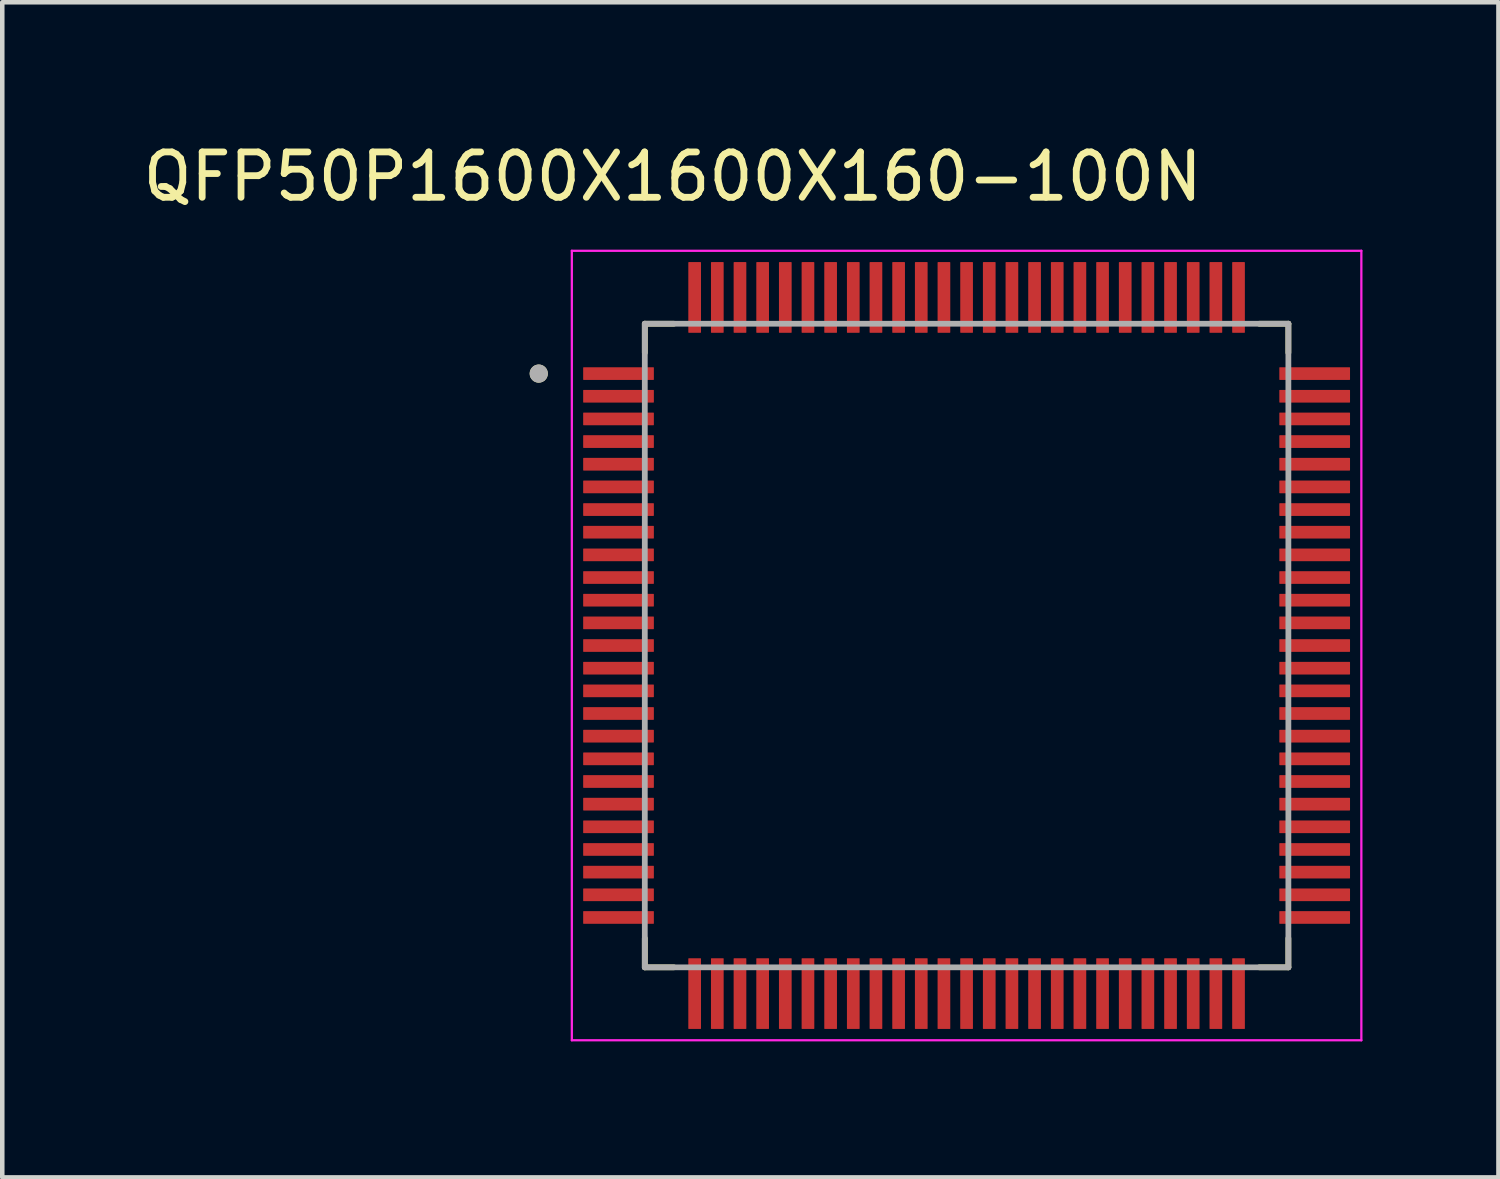
<source format=kicad_pcb>
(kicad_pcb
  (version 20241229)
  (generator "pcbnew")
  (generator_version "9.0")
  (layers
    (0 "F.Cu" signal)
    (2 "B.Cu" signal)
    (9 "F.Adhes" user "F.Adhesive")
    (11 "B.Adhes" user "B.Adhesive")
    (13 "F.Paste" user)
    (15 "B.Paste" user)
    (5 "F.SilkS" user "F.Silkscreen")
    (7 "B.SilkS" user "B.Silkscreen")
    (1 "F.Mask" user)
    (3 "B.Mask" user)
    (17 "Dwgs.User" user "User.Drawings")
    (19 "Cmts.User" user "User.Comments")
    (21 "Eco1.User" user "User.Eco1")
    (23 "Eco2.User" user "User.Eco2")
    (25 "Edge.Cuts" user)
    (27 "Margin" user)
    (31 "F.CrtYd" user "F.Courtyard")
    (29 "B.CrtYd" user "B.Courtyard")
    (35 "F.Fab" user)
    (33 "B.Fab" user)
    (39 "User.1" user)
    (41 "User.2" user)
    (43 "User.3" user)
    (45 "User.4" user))
  (footprint "QFP50P1600X1600X160-100N"
    (layer "F.Cu")
    (at 18.277 11.193)
    (property "Reference" "QFP50P1600X1600X160-100N" (at -6.485 -10.345 0) (layer "F.SilkS") (effects (font (size 1 1) (thickness 0.15))))
    (attr through_hole)
    (fp_line (start -7.1 -7.1) (end -7.1 -6.46) (stroke (width 0.127) (type solid)) (layer "F.SilkS"))
    (fp_line (start -7.1 -7.1) (end -6.46 -7.1) (stroke (width 0.127) (type solid)) (layer "F.SilkS"))
    (fp_line (start -7.1 7.1) (end -7.1 6.46) (stroke (width 0.127) (type solid)) (layer "F.SilkS"))
    (fp_line (start -7.1 7.1) (end -6.46 7.1) (stroke (width 0.127) (type solid)) (layer "F.SilkS"))
    (fp_line (start 7.1 -7.1) (end 6.46 -7.1) (stroke (width 0.127) (type solid)) (layer "F.SilkS"))
    (fp_line (start 7.1 -7.1) (end 7.1 -6.46) (stroke (width 0.127) (type solid)) (layer "F.SilkS"))
    (fp_line (start 7.1 7.1) (end 6.46 7.1) (stroke (width 0.127) (type solid)) (layer "F.SilkS"))
    (fp_line (start 7.1 7.1) (end 7.1 6.46) (stroke (width 0.127) (type solid)) (layer "F.SilkS"))
    (fp_circle (center -9.44 -6) (end -9.34 -6) (stroke (width 0.2) (type solid)) (fill no) (layer "F.SilkS"))
    (fp_line (start -8.71 -8.71) (end 8.71 -8.71) (stroke (width 0.05) (type solid)) (layer "F.CrtYd"))
    (fp_line (start -8.71 8.71) (end -8.71 -8.71) (stroke (width 0.05) (type solid)) (layer "F.CrtYd"))
    (fp_line (start -8.71 8.71) (end 8.71 8.71) (stroke (width 0.05) (type solid)) (layer "F.CrtYd"))
    (fp_line (start 8.71 8.71) (end 8.71 -8.71) (stroke (width 0.05) (type solid)) (layer "F.CrtYd"))
    (fp_line (start -7.1 7.1) (end -7.1 -7.1) (stroke (width 0.127) (type solid)) (layer "F.Fab"))
    (fp_line (start 7.1 -7.1) (end -7.1 -7.1) (stroke (width 0.127) (type solid)) (layer "F.Fab"))
    (fp_line (start 7.1 7.1) (end -7.1 7.1) (stroke (width 0.127) (type solid)) (layer "F.Fab"))
    (fp_line (start 7.1 7.1) (end 7.1 -7.1) (stroke (width 0.127) (type solid)) (layer "F.Fab"))
    (fp_circle (center -9.44 -6) (end -9.34 -6) (stroke (width 0.2) (type solid)) (fill no) (layer "F.Fab"))
    (pad "1" smd roundrect (at -7.68 -6) (size 1.56 0.28) (layers "F.Cu" "F.Mask" "F.Paste") (roundrect_rratio 0.04))
    (pad "2" smd roundrect (at -7.68 -5.5) (size 1.56 0.28) (layers "F.Cu" "F.Mask" "F.Paste") (roundrect_rratio 0.04))
    (pad "3" smd roundrect (at -7.68 -5) (size 1.56 0.28) (layers "F.Cu" "F.Mask" "F.Paste") (roundrect_rratio 0.04))
    (pad "4" smd roundrect (at -7.68 -4.5) (size 1.56 0.28) (layers "F.Cu" "F.Mask" "F.Paste") (roundrect_rratio 0.04))
    (pad "5" smd roundrect (at -7.68 -4) (size 1.56 0.28) (layers "F.Cu" "F.Mask" "F.Paste") (roundrect_rratio 0.04))
    (pad "6" smd roundrect (at -7.68 -3.5) (size 1.56 0.28) (layers "F.Cu" "F.Mask" "F.Paste") (roundrect_rratio 0.04))
    (pad "7" smd roundrect (at -7.68 -3) (size 1.56 0.28) (layers "F.Cu" "F.Mask" "F.Paste") (roundrect_rratio 0.04))
    (pad "8" smd roundrect (at -7.68 -2.5) (size 1.56 0.28) (layers "F.Cu" "F.Mask" "F.Paste") (roundrect_rratio 0.04))
    (pad "9" smd roundrect (at -7.68 -2) (size 1.56 0.28) (layers "F.Cu" "F.Mask" "F.Paste") (roundrect_rratio 0.04))
    (pad "10" smd roundrect (at -7.68 -1.5) (size 1.56 0.28) (layers "F.Cu" "F.Mask" "F.Paste") (roundrect_rratio 0.04))
    (pad "11" smd roundrect (at -7.68 -1) (size 1.56 0.28) (layers "F.Cu" "F.Mask" "F.Paste") (roundrect_rratio 0.04))
    (pad "12" smd roundrect (at -7.68 -0.5) (size 1.56 0.28) (layers "F.Cu" "F.Mask" "F.Paste") (roundrect_rratio 0.04))
    (pad "13" smd roundrect (at -7.68 0) (size 1.56 0.28) (layers "F.Cu" "F.Mask" "F.Paste") (roundrect_rratio 0.04))
    (pad "14" smd roundrect (at -7.68 0.5) (size 1.56 0.28) (layers "F.Cu" "F.Mask" "F.Paste") (roundrect_rratio 0.04))
    (pad "15" smd roundrect (at -7.68 1) (size 1.56 0.28) (layers "F.Cu" "F.Mask" "F.Paste") (roundrect_rratio 0.04))
    (pad "16" smd roundrect (at -7.68 1.5) (size 1.56 0.28) (layers "F.Cu" "F.Mask" "F.Paste") (roundrect_rratio 0.04))
    (pad "17" smd roundrect (at -7.68 2) (size 1.56 0.28) (layers "F.Cu" "F.Mask" "F.Paste") (roundrect_rratio 0.04))
    (pad "18" smd roundrect (at -7.68 2.5) (size 1.56 0.28) (layers "F.Cu" "F.Mask" "F.Paste") (roundrect_rratio 0.04))
    (pad "19" smd roundrect (at -7.68 3) (size 1.56 0.28) (layers "F.Cu" "F.Mask" "F.Paste") (roundrect_rratio 0.04))
    (pad "20" smd roundrect (at -7.68 3.5) (size 1.56 0.28) (layers "F.Cu" "F.Mask" "F.Paste") (roundrect_rratio 0.04))
    (pad "21" smd roundrect (at -7.68 4) (size 1.56 0.28) (layers "F.Cu" "F.Mask" "F.Paste") (roundrect_rratio 0.04))
    (pad "22" smd roundrect (at -7.68 4.5) (size 1.56 0.28) (layers "F.Cu" "F.Mask" "F.Paste") (roundrect_rratio 0.04))
    (pad "23" smd roundrect (at -7.68 5) (size 1.56 0.28) (layers "F.Cu" "F.Mask" "F.Paste") (roundrect_rratio 0.04))
    (pad "24" smd roundrect (at -7.68 5.5) (size 1.56 0.28) (layers "F.Cu" "F.Mask" "F.Paste") (roundrect_rratio 0.04))
    (pad "25" smd roundrect (at -7.68 6) (size 1.56 0.28) (layers "F.Cu" "F.Mask" "F.Paste") (roundrect_rratio 0.04))
    (pad "26" smd roundrect (at -6 7.68 90) (size 1.56 0.28) (layers "F.Cu" "F.Mask" "F.Paste") (roundrect_rratio 0.04))
    (pad "27" smd roundrect (at -5.5 7.68 90) (size 1.56 0.28) (layers "F.Cu" "F.Mask" "F.Paste") (roundrect_rratio 0.04))
    (pad "28" smd roundrect (at -5 7.68 90) (size 1.56 0.28) (layers "F.Cu" "F.Mask" "F.Paste") (roundrect_rratio 0.04))
    (pad "29" smd roundrect (at -4.5 7.68 90) (size 1.56 0.28) (layers "F.Cu" "F.Mask" "F.Paste") (roundrect_rratio 0.04))
    (pad "30" smd roundrect (at -4 7.68 90) (size 1.56 0.28) (layers "F.Cu" "F.Mask" "F.Paste") (roundrect_rratio 0.04))
    (pad "31" smd roundrect (at -3.5 7.68 90) (size 1.56 0.28) (layers "F.Cu" "F.Mask" "F.Paste") (roundrect_rratio 0.04))
    (pad "32" smd roundrect (at -3 7.68 90) (size 1.56 0.28) (layers "F.Cu" "F.Mask" "F.Paste") (roundrect_rratio 0.04))
    (pad "33" smd roundrect (at -2.5 7.68 90) (size 1.56 0.28) (layers "F.Cu" "F.Mask" "F.Paste") (roundrect_rratio 0.04))
    (pad "34" smd roundrect (at -2 7.68 90) (size 1.56 0.28) (layers "F.Cu" "F.Mask" "F.Paste") (roundrect_rratio 0.04))
    (pad "35" smd roundrect (at -1.5 7.68 90) (size 1.56 0.28) (layers "F.Cu" "F.Mask" "F.Paste") (roundrect_rratio 0.04))
    (pad "36" smd roundrect (at -1 7.68 90) (size 1.56 0.28) (layers "F.Cu" "F.Mask" "F.Paste") (roundrect_rratio 0.04))
    (pad "37" smd roundrect (at -0.5 7.68 90) (size 1.56 0.28) (layers "F.Cu" "F.Mask" "F.Paste") (roundrect_rratio 0.04))
    (pad "38" smd roundrect (at 0 7.68 90) (size 1.56 0.28) (layers "F.Cu" "F.Mask" "F.Paste") (roundrect_rratio 0.04))
    (pad "39" smd roundrect (at 0.5 7.68 90) (size 1.56 0.28) (layers "F.Cu" "F.Mask" "F.Paste") (roundrect_rratio 0.04))
    (pad "40" smd roundrect (at 1 7.68 90) (size 1.56 0.28) (layers "F.Cu" "F.Mask" "F.Paste") (roundrect_rratio 0.04))
    (pad "41" smd roundrect (at 1.5 7.68 90) (size 1.56 0.28) (layers "F.Cu" "F.Mask" "F.Paste") (roundrect_rratio 0.04))
    (pad "42" smd roundrect (at 2 7.68 90) (size 1.56 0.28) (layers "F.Cu" "F.Mask" "F.Paste") (roundrect_rratio 0.04))
    (pad "43" smd roundrect (at 2.5 7.68 90) (size 1.56 0.28) (layers "F.Cu" "F.Mask" "F.Paste") (roundrect_rratio 0.04))
    (pad "44" smd roundrect (at 3 7.68 90) (size 1.56 0.28) (layers "F.Cu" "F.Mask" "F.Paste") (roundrect_rratio 0.04))
    (pad "45" smd roundrect (at 3.5 7.68 90) (size 1.56 0.28) (layers "F.Cu" "F.Mask" "F.Paste") (roundrect_rratio 0.04))
    (pad "46" smd roundrect (at 4 7.68 90) (size 1.56 0.28) (layers "F.Cu" "F.Mask" "F.Paste") (roundrect_rratio 0.04))
    (pad "47" smd roundrect (at 4.5 7.68 90) (size 1.56 0.28) (layers "F.Cu" "F.Mask" "F.Paste") (roundrect_rratio 0.04))
    (pad "48" smd roundrect (at 5 7.68 90) (size 1.56 0.28) (layers "F.Cu" "F.Mask" "F.Paste") (roundrect_rratio 0.04))
    (pad "49" smd roundrect (at 5.5 7.68 90) (size 1.56 0.28) (layers "F.Cu" "F.Mask" "F.Paste") (roundrect_rratio 0.04))
    (pad "50" smd roundrect (at 6 7.68 90) (size 1.56 0.28) (layers "F.Cu" "F.Mask" "F.Paste") (roundrect_rratio 0.04))
    (pad "51" smd roundrect (at 7.68 6) (size 1.56 0.28) (layers "F.Cu" "F.Mask" "F.Paste") (roundrect_rratio 0.04))
    (pad "52" smd roundrect (at 7.68 5.5) (size 1.56 0.28) (layers "F.Cu" "F.Mask" "F.Paste") (roundrect_rratio 0.04))
    (pad "53" smd roundrect (at 7.68 5) (size 1.56 0.28) (layers "F.Cu" "F.Mask" "F.Paste") (roundrect_rratio 0.04))
    (pad "54" smd roundrect (at 7.68 4.5) (size 1.56 0.28) (layers "F.Cu" "F.Mask" "F.Paste") (roundrect_rratio 0.04))
    (pad "55" smd roundrect (at 7.68 4) (size 1.56 0.28) (layers "F.Cu" "F.Mask" "F.Paste") (roundrect_rratio 0.04))
    (pad "56" smd roundrect (at 7.68 3.5) (size 1.56 0.28) (layers "F.Cu" "F.Mask" "F.Paste") (roundrect_rratio 0.04))
    (pad "57" smd roundrect (at 7.68 3) (size 1.56 0.28) (layers "F.Cu" "F.Mask" "F.Paste") (roundrect_rratio 0.04))
    (pad "58" smd roundrect (at 7.68 2.5) (size 1.56 0.28) (layers "F.Cu" "F.Mask" "F.Paste") (roundrect_rratio 0.04))
    (pad "59" smd roundrect (at 7.68 2) (size 1.56 0.28) (layers "F.Cu" "F.Mask" "F.Paste") (roundrect_rratio 0.04))
    (pad "60" smd roundrect (at 7.68 1.5) (size 1.56 0.28) (layers "F.Cu" "F.Mask" "F.Paste") (roundrect_rratio 0.04))
    (pad "61" smd roundrect (at 7.68 1) (size 1.56 0.28) (layers "F.Cu" "F.Mask" "F.Paste") (roundrect_rratio 0.04))
    (pad "62" smd roundrect (at 7.68 0.5) (size 1.56 0.28) (layers "F.Cu" "F.Mask" "F.Paste") (roundrect_rratio 0.04))
    (pad "63" smd roundrect (at 7.68 0) (size 1.56 0.28) (layers "F.Cu" "F.Mask" "F.Paste") (roundrect_rratio 0.04))
    (pad "64" smd roundrect (at 7.68 -0.5) (size 1.56 0.28) (layers "F.Cu" "F.Mask" "F.Paste") (roundrect_rratio 0.04))
    (pad "65" smd roundrect (at 7.68 -1) (size 1.56 0.28) (layers "F.Cu" "F.Mask" "F.Paste") (roundrect_rratio 0.04))
    (pad "66" smd roundrect (at 7.68 -1.5) (size 1.56 0.28) (layers "F.Cu" "F.Mask" "F.Paste") (roundrect_rratio 0.04))
    (pad "67" smd roundrect (at 7.68 -2) (size 1.56 0.28) (layers "F.Cu" "F.Mask" "F.Paste") (roundrect_rratio 0.04))
    (pad "68" smd roundrect (at 7.68 -2.5) (size 1.56 0.28) (layers "F.Cu" "F.Mask" "F.Paste") (roundrect_rratio 0.04))
    (pad "69" smd roundrect (at 7.68 -3) (size 1.56 0.28) (layers "F.Cu" "F.Mask" "F.Paste") (roundrect_rratio 0.04))
    (pad "70" smd roundrect (at 7.68 -3.5) (size 1.56 0.28) (layers "F.Cu" "F.Mask" "F.Paste") (roundrect_rratio 0.04))
    (pad "71" smd roundrect (at 7.68 -4) (size 1.56 0.28) (layers "F.Cu" "F.Mask" "F.Paste") (roundrect_rratio 0.04))
    (pad "72" smd roundrect (at 7.68 -4.5) (size 1.56 0.28) (layers "F.Cu" "F.Mask" "F.Paste") (roundrect_rratio 0.04))
    (pad "73" smd roundrect (at 7.68 -5) (size 1.56 0.28) (layers "F.Cu" "F.Mask" "F.Paste") (roundrect_rratio 0.04))
    (pad "74" smd roundrect (at 7.68 -5.5) (size 1.56 0.28) (layers "F.Cu" "F.Mask" "F.Paste") (roundrect_rratio 0.04))
    (pad "75" smd roundrect (at 7.68 -6) (size 1.56 0.28) (layers "F.Cu" "F.Mask" "F.Paste") (roundrect_rratio 0.04))
    (pad "76" smd roundrect (at 6 -7.68 90) (size 1.56 0.28) (layers "F.Cu" "F.Mask" "F.Paste") (roundrect_rratio 0.04))
    (pad "77" smd roundrect (at 5.5 -7.68 90) (size 1.56 0.28) (layers "F.Cu" "F.Mask" "F.Paste") (roundrect_rratio 0.04))
    (pad "78" smd roundrect (at 5 -7.68 90) (size 1.56 0.28) (layers "F.Cu" "F.Mask" "F.Paste") (roundrect_rratio 0.04))
    (pad "79" smd roundrect (at 4.5 -7.68 90) (size 1.56 0.28) (layers "F.Cu" "F.Mask" "F.Paste") (roundrect_rratio 0.04))
    (pad "80" smd roundrect (at 4 -7.68 90) (size 1.56 0.28) (layers "F.Cu" "F.Mask" "F.Paste") (roundrect_rratio 0.04))
    (pad "81" smd roundrect (at 3.5 -7.68 90) (size 1.56 0.28) (layers "F.Cu" "F.Mask" "F.Paste") (roundrect_rratio 0.04))
    (pad "82" smd roundrect (at 3 -7.68 90) (size 1.56 0.28) (layers "F.Cu" "F.Mask" "F.Paste") (roundrect_rratio 0.04))
    (pad "83" smd roundrect (at 2.5 -7.68 90) (size 1.56 0.28) (layers "F.Cu" "F.Mask" "F.Paste") (roundrect_rratio 0.04))
    (pad "84" smd roundrect (at 2 -7.68 90) (size 1.56 0.28) (layers "F.Cu" "F.Mask" "F.Paste") (roundrect_rratio 0.04))
    (pad "85" smd roundrect (at 1.5 -7.68 90) (size 1.56 0.28) (layers "F.Cu" "F.Mask" "F.Paste") (roundrect_rratio 0.04))
    (pad "86" smd roundrect (at 1 -7.68 90) (size 1.56 0.28) (layers "F.Cu" "F.Mask" "F.Paste") (roundrect_rratio 0.04))
    (pad "87" smd roundrect (at 0.5 -7.68 90) (size 1.56 0.28) (layers "F.Cu" "F.Mask" "F.Paste") (roundrect_rratio 0.04))
    (pad "88" smd roundrect (at 0 -7.68 90) (size 1.56 0.28) (layers "F.Cu" "F.Mask" "F.Paste") (roundrect_rratio 0.04))
    (pad "89" smd roundrect (at -0.5 -7.68 90) (size 1.56 0.28) (layers "F.Cu" "F.Mask" "F.Paste") (roundrect_rratio 0.04))
    (pad "90" smd roundrect (at -1 -7.68 90) (size 1.56 0.28) (layers "F.Cu" "F.Mask" "F.Paste") (roundrect_rratio 0.04))
    (pad "91" smd roundrect (at -1.5 -7.68 90) (size 1.56 0.28) (layers "F.Cu" "F.Mask" "F.Paste") (roundrect_rratio 0.04))
    (pad "92" smd roundrect (at -2 -7.68 90) (size 1.56 0.28) (layers "F.Cu" "F.Mask" "F.Paste") (roundrect_rratio 0.04))
    (pad "93" smd roundrect (at -2.5 -7.68 90) (size 1.56 0.28) (layers "F.Cu" "F.Mask" "F.Paste") (roundrect_rratio 0.04))
    (pad "94" smd roundrect (at -3 -7.68 90) (size 1.56 0.28) (layers "F.Cu" "F.Mask" "F.Paste") (roundrect_rratio 0.04))
    (pad "95" smd roundrect (at -3.5 -7.68 90) (size 1.56 0.28) (layers "F.Cu" "F.Mask" "F.Paste") (roundrect_rratio 0.04))
    (pad "96" smd roundrect (at -4 -7.68 90) (size 1.56 0.28) (layers "F.Cu" "F.Mask" "F.Paste") (roundrect_rratio 0.04))
    (pad "97" smd roundrect (at -4.5 -7.68 90) (size 1.56 0.28) (layers "F.Cu" "F.Mask" "F.Paste") (roundrect_rratio 0.04))
    (pad "98" smd roundrect (at -5 -7.68 90) (size 1.56 0.28) (layers "F.Cu" "F.Mask" "F.Paste") (roundrect_rratio 0.04))
    (pad "99" smd roundrect (at -5.5 -7.68 90) (size 1.56 0.28) (layers "F.Cu" "F.Mask" "F.Paste") (roundrect_rratio 0.04))
    (pad "100" smd roundrect (at -6 -7.68 90) (size 1.56 0.28) (layers "F.Cu" "F.Mask" "F.Paste") (roundrect_rratio 0.04)))
  (gr_rect
    (start -3 -3)
    (end 30.012 22.928)
    (stroke (width 0.1) (type default))
    (fill no)
    (layer "Edge.Cuts")))
</source>
